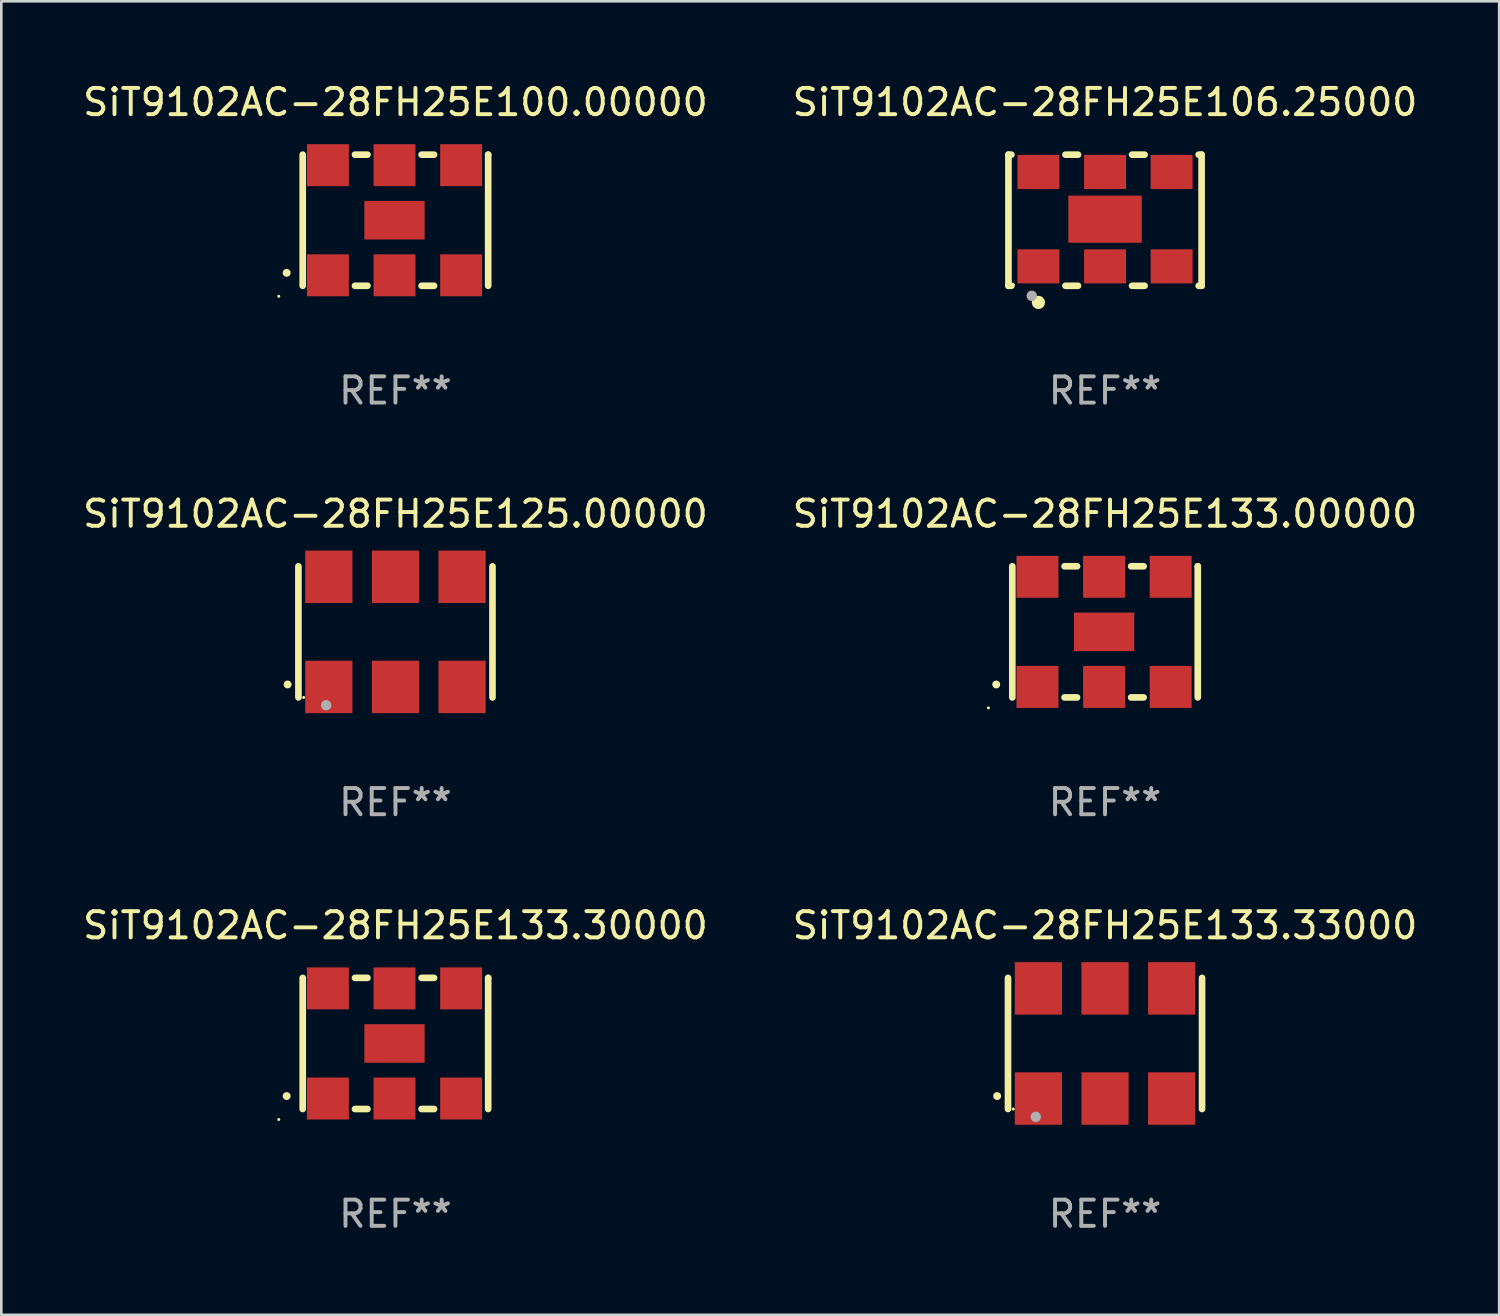
<source format=kicad_pcb>
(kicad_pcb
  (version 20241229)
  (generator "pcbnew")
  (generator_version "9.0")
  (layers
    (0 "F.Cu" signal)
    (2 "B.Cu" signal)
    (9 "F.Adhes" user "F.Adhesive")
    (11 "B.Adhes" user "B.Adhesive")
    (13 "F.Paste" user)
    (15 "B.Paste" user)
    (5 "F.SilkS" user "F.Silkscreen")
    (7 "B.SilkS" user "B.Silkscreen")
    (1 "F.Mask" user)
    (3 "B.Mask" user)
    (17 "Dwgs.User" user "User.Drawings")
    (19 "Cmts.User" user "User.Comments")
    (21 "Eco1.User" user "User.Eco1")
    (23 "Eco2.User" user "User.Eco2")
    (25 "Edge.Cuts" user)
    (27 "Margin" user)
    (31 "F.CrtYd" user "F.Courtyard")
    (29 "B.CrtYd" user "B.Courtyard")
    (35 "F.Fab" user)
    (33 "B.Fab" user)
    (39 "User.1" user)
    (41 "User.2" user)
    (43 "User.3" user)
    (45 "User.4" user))
  (footprint "SiT9102AC-28FH25E125.00000"
    (layer "F.Cu")
    (at 12.03 21.045)
    (property "Reference" "SiT9102AC-28FH25E125.00000" (at 0 -4.5 0) (layer "F.SilkS") (effects (font (size 1 1) (thickness 0.15))))
    (attr through_hole)
    (fp_line (start -3.7 -2.5) (end -3.7 2.5) (stroke (width 0.254) (type solid)) (layer "F.SilkS"))
    (fp_line (start 3.7 -2.5) (end 3.7 2.5) (stroke (width 0.254) (type solid)) (layer "F.SilkS"))
    (fp_arc (start -4.114415 2.006604) (mid -4.113145 2.006599) (end -4.111875 2.006604) (stroke (width 0.3) (type solid)) (layer "F.SilkS"))
    (fp_circle (center -3.5 2.501) (end -3.47 2.501) (stroke (width 0.06) (type solid)) (fill no) (layer "F.SilkS"))
    (fp_circle (center -2.641 2.799) (end -2.541 2.799) (stroke (width 0.2) (type solid)) (fill no) (layer "F.Fab"))
    (fp_text user "REF**" (at 0 6.5 0) (layer "F.Fab") (effects (font (size 1 1) (thickness 0.15))))
    (pad "1" smd rect (at -2.54 2.1) (size 1.8 2) (layers "F.Cu" "F.Mask" "F.Paste"))
    (pad "2" smd rect (at 0.000394 2.1) (size 1.8 2) (layers "F.Cu" "F.Mask" "F.Paste"))
    (pad "3" smd rect (at 2.54 2.1) (size 1.8 2) (layers "F.Cu" "F.Mask" "F.Paste"))
    (pad "4" smd rect (at 2.54 -2.1) (size 1.8 2) (layers "F.Cu" "F.Mask" "F.Paste"))
    (pad "5" smd rect (at 0.000394 -2.1) (size 1.8 2) (layers "F.Cu" "F.Mask" "F.Paste"))
    (pad "6" smd rect (at -2.54 -2.1) (size 1.8 2) (layers "F.Cu" "F.Mask" "F.Paste")))
  (footprint "SiT9102AC-28FH25E133.33000"
    (layer "F.Cu")
    (at 39.089 36.741)
    (property "Reference" "SiT9102AC-28FH25E133.33000" (at 0 -4.5 0) (layer "F.SilkS") (effects (font (size 1 1) (thickness 0.15))))
    (attr through_hole)
    (fp_line (start -3.7 -2.5) (end -3.7 2.5) (stroke (width 0.254) (type solid)) (layer "F.SilkS"))
    (fp_line (start 3.7 -2.5) (end 3.7 2.5) (stroke (width 0.254) (type solid)) (layer "F.SilkS"))
    (fp_arc (start -4.114415 2.006604) (mid -4.113145 2.006599) (end -4.111875 2.006604) (stroke (width 0.3) (type solid)) (layer "F.SilkS"))
    (fp_circle (center -3.5 2.501) (end -3.47 2.501) (stroke (width 0.06) (type solid)) (fill no) (layer "F.SilkS"))
    (fp_circle (center -2.641 2.799) (end -2.541 2.799) (stroke (width 0.2) (type solid)) (fill no) (layer "F.Fab"))
    (fp_text user "REF**" (at 0 6.5 0) (layer "F.Fab") (effects (font (size 1 1) (thickness 0.15))))
    (pad "1" smd rect (at -2.54 2.1) (size 1.8 2) (layers "F.Cu" "F.Mask" "F.Paste"))
    (pad "2" smd rect (at 0.000394 2.1) (size 1.8 2) (layers "F.Cu" "F.Mask" "F.Paste"))
    (pad "3" smd rect (at 2.54 2.1) (size 1.8 2) (layers "F.Cu" "F.Mask" "F.Paste"))
    (pad "4" smd rect (at 2.54 -2.1) (size 1.8 2) (layers "F.Cu" "F.Mask" "F.Paste"))
    (pad "5" smd rect (at 0.000394 -2.1) (size 1.8 2) (layers "F.Cu" "F.Mask" "F.Paste"))
    (pad "6" smd rect (at -2.54 -2.1) (size 1.8 2) (layers "F.Cu" "F.Mask" "F.Paste")))
  (footprint "SiT9102AC-28FH25E106.25000"
    (layer "F.Cu")
    (at 39.089 5.348)
    (property "Reference" "SiT9102AC-28FH25E106.25000" (at 0 -4.5 0) (layer "F.SilkS") (effects (font (size 1 1) (thickness 0.15))))
    (attr through_hole)
    (fp_line (start -3.683 -2.5) (end -3.571 -2.5) (stroke (width 0.254) (type solid)) (layer "F.SilkS"))
    (fp_line (start -3.683 2.5) (end -3.683 -2.5) (stroke (width 0.254) (type solid)) (layer "F.SilkS"))
    (fp_line (start -3.683 2.5) (end -3.571 2.5) (stroke (width 0.254) (type solid)) (layer "F.SilkS"))
    (fp_line (start -1.509 -2.5) (end -1.031 -2.5) (stroke (width 0.254) (type solid)) (layer "F.SilkS"))
    (fp_line (start -1.509 2.5) (end -1.031 2.5) (stroke (width 0.254) (type solid)) (layer "F.SilkS"))
    (fp_line (start 1.031 -2.5) (end 1.509 -2.5) (stroke (width 0.254) (type solid)) (layer "F.SilkS"))
    (fp_line (start 1.031 2.5) (end 1.509 2.5) (stroke (width 0.254) (type solid)) (layer "F.SilkS"))
    (fp_line (start 3.571 -2.5) (end 3.683 -2.5) (stroke (width 0.254) (type solid)) (layer "F.SilkS"))
    (fp_line (start 3.571 2.5) (end 3.683 2.5) (stroke (width 0.254) (type solid)) (layer "F.SilkS"))
    (fp_line (start 3.683 2.5) (end 3.683 -2.5) (stroke (width 0.254) (type solid)) (layer "F.SilkS"))
    (fp_circle (center -3.5 2.46) (end -3.47 2.46) (stroke (width 0.06) (type solid)) (fill no) (layer "F.SilkS"))
    (fp_circle (center -2.54 3.135) (end -2.413 3.135) (stroke (width 0.254) (type solid)) (fill no) (layer "F.SilkS"))
    (fp_circle (center -2.794 2.881) (end -2.694 2.881) (stroke (width 0.2) (type solid)) (fill no) (layer "F.Fab"))
    (fp_text user "REF**" (at 0 6.5 0) (layer "F.Fab") (effects (font (size 1 1) (thickness 0.15))))
    (pad "1" smd rect (at -2.54 1.76) (size 1.6 1.3) (layers "F.Cu" "F.Mask" "F.Paste"))
    (pad "2" smd rect (at 0 1.76) (size 1.6 1.3) (layers "F.Cu" "F.Mask" "F.Paste"))
    (pad "3" smd rect (at 2.54 1.76) (size 1.6 1.3) (layers "F.Cu" "F.Mask" "F.Paste"))
    (pad "4" smd rect (at 2.54 -1.84) (size 1.6 1.3) (layers "F.Cu" "F.Mask" "F.Paste"))
    (pad "5" smd rect (at 0 -1.84) (size 1.6 1.3) (layers "F.Cu" "F.Mask" "F.Paste"))
    (pad "6" smd rect (at -2.54 -1.84) (size 1.6 1.3) (layers "F.Cu" "F.Mask" "F.Paste"))
    (pad "7" smd rect (at 0 -0.04) (size 2.8 1.8) (layers "F.Cu" "F.Mask" "F.Paste")))
  (footprint "SiT9102AC-28FH25E133.00000"
    (layer "F.Cu")
    (at 39.089 21.045)
    (property "Reference" "SiT9102AC-28FH25E133.00000" (at 0 -4.5 0) (layer "F.SilkS") (effects (font (size 1 1) (thickness 0.15))))
    (attr through_hole)
    (fp_line (start -3.536 -2.5) (end -3.536 2.5) (stroke (width 0.254) (type solid)) (layer "F.SilkS"))
    (fp_line (start -1.544 2.5) (end -1.067 2.5) (stroke (width 0.254) (type solid)) (layer "F.SilkS"))
    (fp_line (start -1.067 -2.5) (end -1.544 -2.5) (stroke (width 0.254) (type solid)) (layer "F.SilkS"))
    (fp_line (start 0.996 2.5) (end 1.473 2.5) (stroke (width 0.254) (type solid)) (layer "F.SilkS"))
    (fp_line (start 1.473 -2.5) (end 0.996 -2.5) (stroke (width 0.254) (type solid)) (layer "F.SilkS"))
    (fp_line (start 3.536 -2.5) (end 3.536 -2.5) (stroke (width 0.254) (type solid)) (layer "F.SilkS"))
    (fp_line (start 3.536 2.5) (end 3.536 -2.5) (stroke (width 0.254) (type solid)) (layer "F.SilkS"))
    (fp_arc (start -4.150432 2.006604) (mid -4.149162 2.006599) (end -4.147892 2.006604) (stroke (width 0.3) (type solid)) (layer "F.SilkS"))
    (fp_circle (center -4.449 2.9) (end -4.419 2.9) (stroke (width 0.06) (type solid)) (fill no) (layer "F.SilkS"))
    (fp_text user "REF**" (at 0 6.5 0) (layer "F.Fab") (effects (font (size 1 1) (thickness 0.15))))
    (pad "1" smd rect (at -2.576 2.1) (size 1.6 1.6) (layers "F.Cu" "F.Mask" "F.Paste"))
    (pad "2" smd rect (at -0.036 2.1) (size 1.6 1.6) (layers "F.Cu" "F.Mask" "F.Paste"))
    (pad "3" smd rect (at 2.504 2.1) (size 1.6 1.6) (layers "F.Cu" "F.Mask" "F.Paste"))
    (pad "4" smd rect (at 2.504 -2.1) (size 1.6 1.6) (layers "F.Cu" "F.Mask" "F.Paste"))
    (pad "5" smd rect (at -0.036 -2.1) (size 1.6 1.6) (layers "F.Cu" "F.Mask" "F.Paste"))
    (pad "6" smd rect (at -2.576 -2.1) (size 1.6 1.6) (layers "F.Cu" "F.Mask" "F.Paste"))
    (pad "7" smd rect (at -0.036 0) (size 2.3 1.47) (layers "F.Cu" "F.Mask" "F.Paste")))
  (footprint "SiT9102AC-28FH25E133.30000"
    (layer "F.Cu")
    (at 12.03 36.741)
    (property "Reference" "SiT9102AC-28FH25E133.30000" (at 0 -4.5 0) (layer "F.SilkS") (effects (font (size 1 1) (thickness 0.15))))
    (attr through_hole)
    (fp_line (start -3.536 -2.5) (end -3.536 2.5) (stroke (width 0.254) (type solid)) (layer "F.SilkS"))
    (fp_line (start -1.544 2.5) (end -1.067 2.5) (stroke (width 0.254) (type solid)) (layer "F.SilkS"))
    (fp_line (start -1.067 -2.5) (end -1.544 -2.5) (stroke (width 0.254) (type solid)) (layer "F.SilkS"))
    (fp_line (start 0.996 2.5) (end 1.473 2.5) (stroke (width 0.254) (type solid)) (layer "F.SilkS"))
    (fp_line (start 1.473 -2.5) (end 0.996 -2.5) (stroke (width 0.254) (type solid)) (layer "F.SilkS"))
    (fp_line (start 3.536 -2.5) (end 3.536 -2.5) (stroke (width 0.254) (type solid)) (layer "F.SilkS"))
    (fp_line (start 3.536 2.5) (end 3.536 -2.5) (stroke (width 0.254) (type solid)) (layer "F.SilkS"))
    (fp_arc (start -4.150432 2.006604) (mid -4.149162 2.006599) (end -4.147892 2.006604) (stroke (width 0.3) (type solid)) (layer "F.SilkS"))
    (fp_circle (center -4.449 2.9) (end -4.419 2.9) (stroke (width 0.06) (type solid)) (fill no) (layer "F.SilkS"))
    (fp_text user "REF**" (at 0 6.5 0) (layer "F.Fab") (effects (font (size 1 1) (thickness 0.15))))
    (pad "1" smd rect (at -2.576 2.1) (size 1.6 1.6) (layers "F.Cu" "F.Mask" "F.Paste"))
    (pad "2" smd rect (at -0.036 2.1) (size 1.6 1.6) (layers "F.Cu" "F.Mask" "F.Paste"))
    (pad "3" smd rect (at 2.504 2.1) (size 1.6 1.6) (layers "F.Cu" "F.Mask" "F.Paste"))
    (pad "4" smd rect (at 2.504 -2.1) (size 1.6 1.6) (layers "F.Cu" "F.Mask" "F.Paste"))
    (pad "5" smd rect (at -0.036 -2.1) (size 1.6 1.6) (layers "F.Cu" "F.Mask" "F.Paste"))
    (pad "6" smd rect (at -2.576 -2.1) (size 1.6 1.6) (layers "F.Cu" "F.Mask" "F.Paste"))
    (pad "7" smd rect (at -0.036 0) (size 2.3 1.47) (layers "F.Cu" "F.Mask" "F.Paste")))
  (footprint "SiT9102AC-28FH25E100.00000"
    (layer "F.Cu")
    (at 12.03 5.348)
    (property "Reference" "SiT9102AC-28FH25E100.00000" (at 0 -4.5 0) (layer "F.SilkS") (effects (font (size 1 1) (thickness 0.15))))
    (attr through_hole)
    (fp_line (start -3.536 -2.5) (end -3.536 2.5) (stroke (width 0.254) (type solid)) (layer "F.SilkS"))
    (fp_line (start -1.544 2.5) (end -1.067 2.5) (stroke (width 0.254) (type solid)) (layer "F.SilkS"))
    (fp_line (start -1.067 -2.5) (end -1.544 -2.5) (stroke (width 0.254) (type solid)) (layer "F.SilkS"))
    (fp_line (start 0.996 2.5) (end 1.473 2.5) (stroke (width 0.254) (type solid)) (layer "F.SilkS"))
    (fp_line (start 1.473 -2.5) (end 0.996 -2.5) (stroke (width 0.254) (type solid)) (layer "F.SilkS"))
    (fp_line (start 3.536 -2.5) (end 3.536 -2.5) (stroke (width 0.254) (type solid)) (layer "F.SilkS"))
    (fp_line (start 3.536 2.5) (end 3.536 -2.5) (stroke (width 0.254) (type solid)) (layer "F.SilkS"))
    (fp_arc (start -4.150432 2.006604) (mid -4.149162 2.006599) (end -4.147892 2.006604) (stroke (width 0.3) (type solid)) (layer "F.SilkS"))
    (fp_circle (center -4.449 2.9) (end -4.419 2.9) (stroke (width 0.06) (type solid)) (fill no) (layer "F.SilkS"))
    (fp_text user "REF**" (at 0 6.5 0) (layer "F.Fab") (effects (font (size 1 1) (thickness 0.15))))
    (pad "1" smd rect (at -2.576 2.1) (size 1.6 1.6) (layers "F.Cu" "F.Mask" "F.Paste"))
    (pad "2" smd rect (at -0.036 2.1) (size 1.6 1.6) (layers "F.Cu" "F.Mask" "F.Paste"))
    (pad "3" smd rect (at 2.504 2.1) (size 1.6 1.6) (layers "F.Cu" "F.Mask" "F.Paste"))
    (pad "4" smd rect (at 2.504 -2.1) (size 1.6 1.6) (layers "F.Cu" "F.Mask" "F.Paste"))
    (pad "5" smd rect (at -0.036 -2.1) (size 1.6 1.6) (layers "F.Cu" "F.Mask" "F.Paste"))
    (pad "6" smd rect (at -2.576 -2.1) (size 1.6 1.6) (layers "F.Cu" "F.Mask" "F.Paste"))
    (pad "7" smd rect (at -0.036 0) (size 2.3 1.47) (layers "F.Cu" "F.Mask" "F.Paste")))
  (gr_rect
    (start -3 -3)
    (end 54.119 47.09)
    (stroke (width 0.1) (type default))
    (fill no)
    (layer "Edge.Cuts")))
</source>
